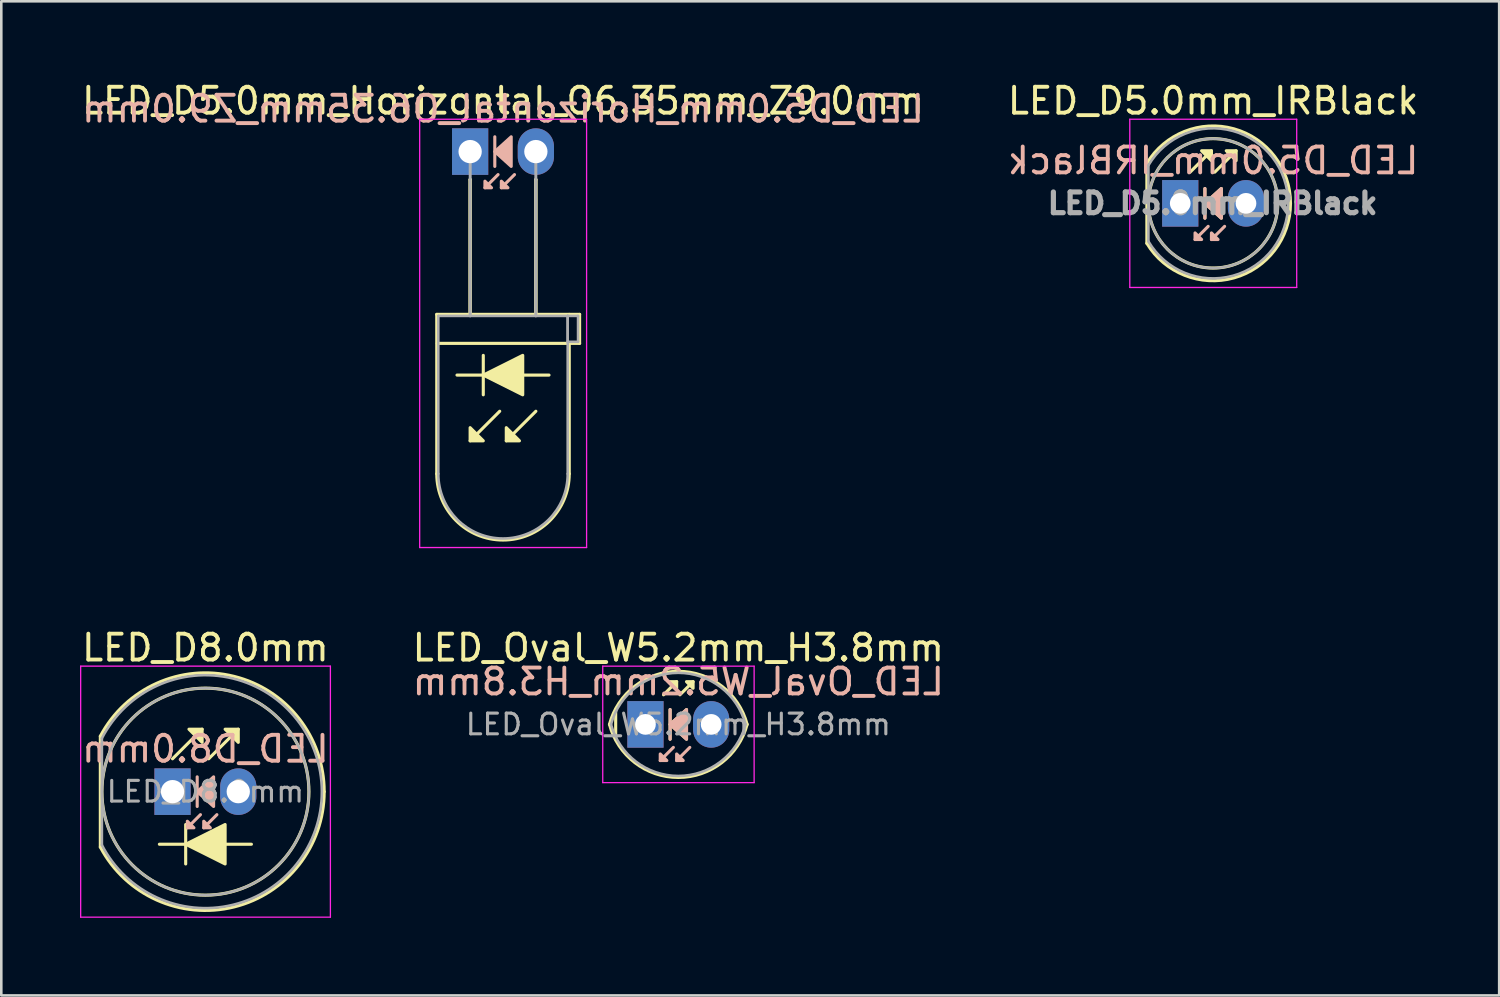
<source format=kicad_pcb>
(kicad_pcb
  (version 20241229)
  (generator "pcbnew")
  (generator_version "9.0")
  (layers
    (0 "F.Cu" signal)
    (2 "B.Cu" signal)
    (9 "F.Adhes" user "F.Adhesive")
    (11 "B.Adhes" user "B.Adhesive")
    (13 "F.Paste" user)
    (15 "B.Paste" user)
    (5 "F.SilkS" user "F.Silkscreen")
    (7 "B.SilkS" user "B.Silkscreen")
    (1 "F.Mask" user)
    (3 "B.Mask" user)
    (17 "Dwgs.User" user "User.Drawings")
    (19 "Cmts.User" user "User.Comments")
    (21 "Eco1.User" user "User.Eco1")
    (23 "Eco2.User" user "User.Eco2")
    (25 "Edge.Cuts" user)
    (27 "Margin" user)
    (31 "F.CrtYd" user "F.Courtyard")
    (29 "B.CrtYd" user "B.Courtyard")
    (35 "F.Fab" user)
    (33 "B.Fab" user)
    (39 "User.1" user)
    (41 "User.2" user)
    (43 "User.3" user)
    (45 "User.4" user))
  (footprint "LED_Oval_W5.2mm_H3.8mm"
    (layer "F.Cu")
    (at 21.891 24.942)
    (property "Reference" "LED_Oval_W5.2mm_H3.8mm" (at 1.27 -2.96 0) (layer "F.SilkS") (effects (font (size 1 1) (thickness 0.15))))
    (fp_line (start -1.15 -0.572) (end -1.15 0.572) (stroke (width 0.12) (type solid)) (layer "F.SilkS"))
    (fp_line (start 0.699 -1.143) (end 1.206 -1.651) (stroke (width 0.12) (type solid)) (layer "F.SilkS"))
    (fp_line (start 0.953 -0.572) (end 0.953 0.572) (stroke (width 0.12) (type solid)) (layer "F.SilkS"))
    (fp_line (start 1.333 -1.143) (end 1.841 -1.651) (stroke (width 0.12) (type solid)) (layer "F.SilkS"))
    (fp_arc (start -1.39 0) (mid 1.269691 -2.050564) (end 3.929843 -0.000598) (stroke (width 0.12) (type solid)) (layer "F.SilkS"))
    (fp_arc (start 3.929843 0.000598) (mid 1.269691 2.050564) (end -1.39 0) (stroke (width 0.12) (type solid)) (layer "F.SilkS"))
    (fp_poly (pts (xy 1.206 -1.397) (xy 0.953 -1.651) (xy 1.206 -1.651)) (stroke (width 0.12) (type solid)) (fill yes) (layer "F.SilkS"))
    (fp_poly (pts (xy 1.587 0.572) (xy 0.953 0) (xy 1.587 -0.572)) (stroke (width 0.12) (type solid)) (fill yes) (layer "F.SilkS"))
    (fp_poly (pts (xy 1.841 -1.397) (xy 1.587 -1.651) (xy 1.841 -1.651)) (stroke (width 0.12) (type solid)) (fill yes) (layer "F.SilkS"))
    (fp_line (start 0.953 -0.572) (end 0.953 0.572) (stroke (width 0.12) (type solid)) (layer "B.SilkS"))
    (fp_line (start 1.079 0.889) (end 0.572 1.397) (stroke (width 0.12) (type solid)) (layer "B.SilkS"))
    (fp_line (start 1.714 0.889) (end 1.206 1.397) (stroke (width 0.12) (type solid)) (layer "B.SilkS"))
    (fp_poly (pts (xy 0.572 1.143) (xy 0.826 1.397) (xy 0.572 1.397)) (stroke (width 0.12) (type solid)) (fill yes) (layer "B.SilkS"))
    (fp_poly (pts (xy 1.206 1.143) (xy 1.46 1.397) (xy 1.206 1.397)) (stroke (width 0.12) (type solid)) (fill yes) (layer "B.SilkS"))
    (fp_poly (pts (xy 1.587 0.572) (xy 0.953 0) (xy 1.587 -0.572)) (stroke (width 0.12) (type solid)) (fill yes) (layer "B.SilkS"))
    (fp_line (start -1.65 -2.25) (end -1.65 2.25) (stroke (width 0.05) (type solid)) (layer "F.CrtYd"))
    (fp_line (start -1.65 2.25) (end 4.2 2.25) (stroke (width 0.05) (type solid)) (layer "F.CrtYd"))
    (fp_line (start 4.2 -2.25) (end -1.65 -2.25) (stroke (width 0.05) (type solid)) (layer "F.CrtYd"))
    (fp_line (start 4.2 2.25) (end 4.2 -2.25) (stroke (width 0.05) (type solid)) (layer "F.CrtYd"))
    (fp_arc (start -1.33 0) (mid 1.270869 -1.992582) (end 3.870451 0.001678) (stroke (width 0.1) (type solid)) (layer "F.Fab"))
    (fp_arc (start 3.870451 -0.001678) (mid 1.270869 1.992582) (end -1.33 0) (stroke (width 0.1) (type solid)) (layer "F.Fab"))
    (fp_text user "${REFERENCE}" (at 1.27 -1.651 0) (layer "B.SilkS") (effects (font (size 1 1) (thickness 0.15)) (justify mirror)))
    (fp_text user "${REFERENCE}" (at 1.27 0 0) (layer "F.Fab") (effects (font (size 0.8 0.8) (thickness 0.12))))
    (pad "1" thru_hole rect (at 0 0) (size 1.4 1.8) (drill 0.8) (layers "*.Cu" "*.Mask"))
    (pad "2" thru_hole oval (at 2.54 0) (size 1.4 1.8) (drill 0.8) (layers "*.Cu" "*.Mask")))
  (footprint "LED_D5.0mm_IRBlack"
    (layer "F.Cu")
    (at 42.557 4.808)
    (property "Reference" "LED_D5.0mm_IRBlack" (at 1.27 -3.96 0) (layer "F.SilkS") (effects (font (size 1 1) (thickness 0.15))))
    (fp_line (start -1.29 -1.545) (end -1.29 1.545) (stroke (width 0.12) (type solid)) (layer "F.SilkS"))
    (fp_line (start 0.381 -1.206) (end 1.206 -2.032) (stroke (width 0.12) (type solid)) (layer "F.SilkS"))
    (fp_line (start 0.953 -0.572) (end 0.953 0.572) (stroke (width 0.12) (type solid)) (layer "F.SilkS"))
    (fp_line (start 1.333 -1.206) (end 2.159 -2.032) (stroke (width 0.12) (type solid)) (layer "F.SilkS"))
    (fp_arc (start -1.29 -1.54483) (mid 2.072002 -2.880433) (end 4.26 0.000462) (stroke (width 0.12) (type solid)) (layer "F.SilkS"))
    (fp_arc (start 4.26 -0.000462) (mid 2.072002 2.880433) (end -1.29 1.54483) (stroke (width 0.12) (type solid)) (layer "F.SilkS"))
    (fp_circle (center 1.27 0) (end 3.77 0) (stroke (width 0.12) (type solid)) (fill no) (layer "F.SilkS"))
    (fp_poly (pts (xy 1.206 -1.651) (xy 0.826 -2.032) (xy 1.206 -2.032)) (stroke (width 0.12) (type solid)) (fill yes) (layer "F.SilkS"))
    (fp_poly (pts (xy 1.587 0.572) (xy 0.953 0) (xy 1.587 -0.572)) (stroke (width 0.12) (type solid)) (fill yes) (layer "F.SilkS"))
    (fp_poly (pts (xy 2.159 -1.651) (xy 1.778 -2.032) (xy 2.159 -2.032)) (stroke (width 0.12) (type solid)) (fill yes) (layer "F.SilkS"))
    (fp_line (start 0.953 -0.572) (end 0.953 0.572) (stroke (width 0.12) (type solid)) (layer "B.SilkS"))
    (fp_line (start 1.079 0.889) (end 0.572 1.397) (stroke (width 0.12) (type solid)) (layer "B.SilkS"))
    (fp_line (start 1.714 0.889) (end 1.206 1.397) (stroke (width 0.12) (type solid)) (layer "B.SilkS"))
    (fp_poly (pts (xy 0.572 1.143) (xy 0.826 1.397) (xy 0.572 1.397)) (stroke (width 0.12) (type solid)) (fill yes) (layer "B.SilkS"))
    (fp_poly (pts (xy 1.206 1.143) (xy 1.46 1.397) (xy 1.206 1.397)) (stroke (width 0.12) (type solid)) (fill yes) (layer "B.SilkS"))
    (fp_poly (pts (xy 1.587 0.572) (xy 0.953 0) (xy 1.587 -0.572)) (stroke (width 0.12) (type solid)) (fill yes) (layer "B.SilkS"))
    (fp_line (start -1.95 -3.25) (end -1.95 3.25) (stroke (width 0.05) (type solid)) (layer "F.CrtYd"))
    (fp_line (start -1.95 3.25) (end 4.5 3.25) (stroke (width 0.05) (type solid)) (layer "F.CrtYd"))
    (fp_line (start 4.5 -3.25) (end -1.95 -3.25) (stroke (width 0.05) (type solid)) (layer "F.CrtYd"))
    (fp_line (start 4.5 3.25) (end 4.5 -3.25) (stroke (width 0.05) (type solid)) (layer "F.CrtYd"))
    (fp_line (start -1.23 -1.47) (end -1.23 1.47) (stroke (width 0.1) (type solid)) (layer "F.Fab"))
    (fp_arc (start -1.23 -1.469694) (mid 4.17 0.000016) (end -1.230016 1.469666) (stroke (width 0.1) (type solid)) (layer "F.Fab"))
    (fp_circle (center 1.27 0) (end 3.77 0) (stroke (width 0.1) (type solid)) (fill no) (layer "F.Fab"))
    (fp_text user "${REFERENCE}" (at 1.27 -1.651 0) (layer "B.SilkS") (effects (font (size 1 1) (thickness 0.15)) (justify mirror)))
    (fp_text user "${REFERENCE}" (at 1.25 0 0) (layer "F.Fab") (effects (font (size 0.8 0.8) (thickness 0.2))))
    (pad "1" thru_hole rect (at 0 0) (size 1.4 1.8) (drill 0.8) (layers "*.Cu" "*.Mask"))
    (pad "2" thru_hole oval (at 2.54 0) (size 1.4 1.8) (drill 0.8) (layers "*.Cu" "*.Mask")))
  (footprint "LED_D5.0mm_Horizontal_O6.35mm_Z9.0mm"
    (layer "F.Cu")
    (at 15.117 2.808)
    (property "Reference" "LED_D5.0mm_Horizontal_O6.35mm_Z9.0mm" (at 1.27 -1.96 0) (layer "F.SilkS") (effects (font (size 1 1) (thickness 0.15))))
    (fp_line (start -1.29 6.29) (end -1.29 12.45) (stroke (width 0.12) (type solid)) (layer "F.SilkS"))
    (fp_line (start -1.29 6.29) (end 3.83 6.29) (stroke (width 0.12) (type solid)) (layer "F.SilkS"))
    (fp_line (start 0 1.08) (end 0 1.08) (stroke (width 0.12) (type solid)) (layer "F.SilkS"))
    (fp_line (start 0 1.08) (end 0 6.29) (stroke (width 0.12) (type solid)) (layer "F.SilkS"))
    (fp_line (start 0 6.29) (end 0 1.08) (stroke (width 0.12) (type solid)) (layer "F.SilkS"))
    (fp_line (start 0 6.29) (end 0 6.29) (stroke (width 0.12) (type solid)) (layer "F.SilkS"))
    (fp_line (start 0.508 7.874) (end 0.508 9.398) (stroke (width 0.12) (type solid)) (layer "F.SilkS"))
    (fp_line (start 0.508 8.636) (end -0.508 8.636) (stroke (width 0.12) (type solid)) (layer "F.SilkS"))
    (fp_line (start 1.143 10.033) (end 0 11.176) (stroke (width 0.12) (type solid)) (layer "F.SilkS"))
    (fp_line (start 2.54 1.08) (end 2.54 1.08) (stroke (width 0.12) (type solid)) (layer "F.SilkS"))
    (fp_line (start 2.54 1.08) (end 2.54 6.29) (stroke (width 0.12) (type solid)) (layer "F.SilkS"))
    (fp_line (start 2.54 6.29) (end 2.54 1.08) (stroke (width 0.12) (type solid)) (layer "F.SilkS"))
    (fp_line (start 2.54 6.29) (end 2.54 6.29) (stroke (width 0.12) (type solid)) (layer "F.SilkS"))
    (fp_line (start 2.54 10.033) (end 1.397 11.176) (stroke (width 0.12) (type solid)) (layer "F.SilkS"))
    (fp_line (start 3.048 8.636) (end 2.032 8.636) (stroke (width 0.12) (type solid)) (layer "F.SilkS"))
    (fp_line (start 3.83 6.29) (end 4.23 6.29) (stroke (width 0.12) (type solid)) (layer "F.SilkS"))
    (fp_line (start 3.83 7.41) (end 3.83 12.45) (stroke (width 0.12) (type solid)) (layer "F.SilkS"))
    (fp_line (start 4.23 6.29) (end 4.23 7.41) (stroke (width 0.12) (type solid)) (layer "F.SilkS"))
    (fp_line (start 4.23 7.41) (end -1.27 7.41) (stroke (width 0.12) (type solid)) (layer "F.SilkS"))
    (fp_arc (start 3.83 12.45) (mid 1.27 15.01) (end -1.29 12.45) (stroke (width 0.12) (type solid)) (layer "F.SilkS"))
    (fp_poly (pts (xy 0 10.668) (xy 0.508 11.176) (xy 0 11.176)) (stroke (width 0.12) (type solid)) (fill yes) (layer "F.SilkS"))
    (fp_poly (pts (xy 1.397 10.668) (xy 1.905 11.176) (xy 1.397 11.176)) (stroke (width 0.12) (type solid)) (fill yes) (layer "F.SilkS"))
    (fp_poly (pts (xy 2.032 9.398) (xy 0.508 8.636) (xy 2.032 7.874)) (stroke (width 0.12) (type solid)) (fill yes) (layer "F.SilkS"))
    (fp_line (start 0.953 -0.572) (end 0.953 0.572) (stroke (width 0.12) (type solid)) (layer "B.SilkS"))
    (fp_line (start 1.079 0.889) (end 0.572 1.397) (stroke (width 0.12) (type solid)) (layer "B.SilkS"))
    (fp_line (start 1.714 0.889) (end 1.206 1.397) (stroke (width 0.12) (type solid)) (layer "B.SilkS"))
    (fp_poly (pts (xy 0.572 1.143) (xy 0.826 1.397) (xy 0.572 1.397)) (stroke (width 0.12) (type solid)) (fill yes) (layer "B.SilkS"))
    (fp_poly (pts (xy 1.206 1.143) (xy 1.46 1.397) (xy 1.206 1.397)) (stroke (width 0.12) (type solid)) (fill yes) (layer "B.SilkS"))
    (fp_poly (pts (xy 1.587 0.572) (xy 0.953 0) (xy 1.587 -0.572)) (stroke (width 0.12) (type solid)) (fill yes) (layer "B.SilkS"))
    (fp_line (start -1.95 -1.25) (end -1.95 15.3) (stroke (width 0.05) (type solid)) (layer "F.CrtYd"))
    (fp_line (start -1.95 15.3) (end 4.5 15.3) (stroke (width 0.05) (type solid)) (layer "F.CrtYd"))
    (fp_line (start 4.5 -1.25) (end -1.95 -1.25) (stroke (width 0.05) (type solid)) (layer "F.CrtYd"))
    (fp_line (start 4.5 15.3) (end 4.5 -1.25) (stroke (width 0.05) (type solid)) (layer "F.CrtYd"))
    (fp_line (start -1.23 6.35) (end -1.23 12.45) (stroke (width 0.1) (type solid)) (layer "F.Fab"))
    (fp_line (start -1.23 6.35) (end 3.77 6.35) (stroke (width 0.1) (type solid)) (layer "F.Fab"))
    (fp_line (start 0 0) (end 0 0) (stroke (width 0.1) (type solid)) (layer "F.Fab"))
    (fp_line (start 0 0) (end 0 6.35) (stroke (width 0.1) (type solid)) (layer "F.Fab"))
    (fp_line (start 0 6.35) (end 0 0) (stroke (width 0.1) (type solid)) (layer "F.Fab"))
    (fp_line (start 0 6.35) (end 0 6.35) (stroke (width 0.1) (type solid)) (layer "F.Fab"))
    (fp_line (start 2.54 0) (end 2.54 0) (stroke (width 0.1) (type solid)) (layer "F.Fab"))
    (fp_line (start 2.54 0) (end 2.54 6.35) (stroke (width 0.1) (type solid)) (layer "F.Fab"))
    (fp_line (start 2.54 6.35) (end 2.54 0) (stroke (width 0.1) (type solid)) (layer "F.Fab"))
    (fp_line (start 2.54 6.35) (end 2.54 6.35) (stroke (width 0.1) (type solid)) (layer "F.Fab"))
    (fp_line (start 3.77 6.35) (end 3.77 12.45) (stroke (width 0.1) (type solid)) (layer "F.Fab"))
    (fp_line (start 3.77 6.35) (end 4.17 6.35) (stroke (width 0.1) (type solid)) (layer "F.Fab"))
    (fp_line (start 3.77 7.35) (end 3.77 6.35) (stroke (width 0.1) (type solid)) (layer "F.Fab"))
    (fp_line (start 4.17 6.35) (end 4.17 7.35) (stroke (width 0.1) (type solid)) (layer "F.Fab"))
    (fp_line (start 4.17 7.35) (end 3.77 7.35) (stroke (width 0.1) (type solid)) (layer "F.Fab"))
    (fp_arc (start 3.77 12.45) (mid 1.27 14.95) (end -1.23 12.45) (stroke (width 0.1) (type solid)) (layer "F.Fab"))
    (fp_text user "${REFERENCE}" (at 1.27 -1.651 0) (layer "B.SilkS") (effects (font (size 1 1) (thickness 0.15)) (justify mirror)))
    (pad "1" thru_hole rect (at 0 0) (size 1.4 1.8) (drill 0.9) (layers "*.Cu" "*.Mask"))
    (pad "2" thru_hole oval (at 2.54 0) (size 1.4 1.8) (drill 0.9) (layers "*.Cu" "*.Mask")))
  (footprint "LED_D8.0mm"
    (layer "F.Cu")
    (at 3.617 27.541)
    (property "Reference" "LED_D8.0mm" (at 1.27 -5.56 0) (layer "F.SilkS") (effects (font (size 1 1) (thickness 0.15))))
    (fp_line (start -2.79 -2.142) (end -2.79 2.142) (stroke (width 0.12) (type solid)) (layer "F.SilkS"))
    (fp_line (start 0 -1.27) (end 1.143 -2.413) (stroke (width 0.12) (type solid)) (layer "F.SilkS"))
    (fp_line (start 0.508 1.27) (end 0.508 2.794) (stroke (width 0.12) (type solid)) (layer "F.SilkS"))
    (fp_line (start 0.508 2.032) (end -0.508 2.032) (stroke (width 0.12) (type solid)) (layer "F.SilkS"))
    (fp_line (start 1.397 -1.27) (end 2.54 -2.413) (stroke (width 0.12) (type solid)) (layer "F.SilkS"))
    (fp_line (start 3.048 2.032) (end 2.032 2.032) (stroke (width 0.12) (type solid)) (layer "F.SilkS"))
    (fp_arc (start -2.79 -2.141145) (mid 2.373119 -4.455472) (end 5.86 0.000486) (stroke (width 0.12) (type solid)) (layer "F.SilkS"))
    (fp_arc (start 5.86 -0.000486) (mid 2.373119 4.455472) (end -2.79 2.141145) (stroke (width 0.12) (type solid)) (layer "F.SilkS"))
    (fp_circle (center 1.27 0) (end 5.27 0) (stroke (width 0.12) (type solid)) (fill no) (layer "F.SilkS"))
    (fp_poly (pts (xy 1.143 -1.905) (xy 0.635 -2.413) (xy 1.143 -2.413)) (stroke (width 0.12) (type solid)) (fill yes) (layer "F.SilkS"))
    (fp_poly (pts (xy 2.032 2.794) (xy 0.508 2.032) (xy 2.032 1.27)) (stroke (width 0.12) (type solid)) (fill yes) (layer "F.SilkS"))
    (fp_poly (pts (xy 2.54 -1.905) (xy 2.032 -2.413) (xy 2.54 -2.413)) (stroke (width 0.12) (type solid)) (fill yes) (layer "F.SilkS"))
    (fp_line (start 0.953 -0.572) (end 0.953 0.572) (stroke (width 0.12) (type solid)) (layer "B.SilkS"))
    (fp_line (start 1.079 0.889) (end 0.572 1.397) (stroke (width 0.12) (type solid)) (layer "B.SilkS"))
    (fp_line (start 1.714 0.889) (end 1.206 1.397) (stroke (width 0.12) (type solid)) (layer "B.SilkS"))
    (fp_poly (pts (xy 0.572 1.143) (xy 0.826 1.397) (xy 0.572 1.397)) (stroke (width 0.12) (type solid)) (fill yes) (layer "B.SilkS"))
    (fp_poly (pts (xy 1.206 1.143) (xy 1.46 1.397) (xy 1.206 1.397)) (stroke (width 0.12) (type solid)) (fill yes) (layer "B.SilkS"))
    (fp_poly (pts (xy 1.587 0.572) (xy 0.953 0) (xy 1.587 -0.572)) (stroke (width 0.12) (type solid)) (fill yes) (layer "B.SilkS"))
    (fp_line (start -3.55 -4.85) (end -3.55 4.85) (stroke (width 0.05) (type solid)) (layer "F.CrtYd"))
    (fp_line (start -3.55 4.85) (end 6.1 4.85) (stroke (width 0.05) (type solid)) (layer "F.CrtYd"))
    (fp_line (start 6.1 -4.85) (end -3.55 -4.85) (stroke (width 0.05) (type solid)) (layer "F.CrtYd"))
    (fp_line (start 6.1 4.85) (end 6.1 -4.85) (stroke (width 0.05) (type solid)) (layer "F.CrtYd"))
    (fp_line (start -2.73 -2.062) (end -2.73 2.062) (stroke (width 0.1) (type solid)) (layer "F.Fab"))
    (fp_arc (start -2.73 -2.061553) (mid 5.77 0.00126) (end -2.731154 2.059312) (stroke (width 0.1) (type solid)) (layer "F.Fab"))
    (fp_circle (center 1.27 0) (end 5.27 0) (stroke (width 0.1) (type solid)) (fill no) (layer "F.Fab"))
    (fp_text user "${REFERENCE}" (at 1.27 -1.651 0) (layer "B.SilkS") (effects (font (size 1 1) (thickness 0.15)) (justify mirror)))
    (fp_text user "${REFERENCE}" (at 1.27 0 0) (layer "F.Fab") (effects (font (size 0.8 0.8) (thickness 0.12))))
    (pad "1" thru_hole rect (at 0 0) (size 1.4 1.8) (drill 0.9) (layers "*.Cu" "*.Mask"))
    (pad "2" thru_hole oval (at 2.54 0) (size 1.4 1.8) (drill 0.9) (layers "*.Cu" "*.Mask")))
  (gr_rect
    (start -3 -3)
    (end 54.881 35.416)
    (stroke (width 0.1) (type default))
    (fill no)
    (layer "Edge.Cuts")))
</source>
